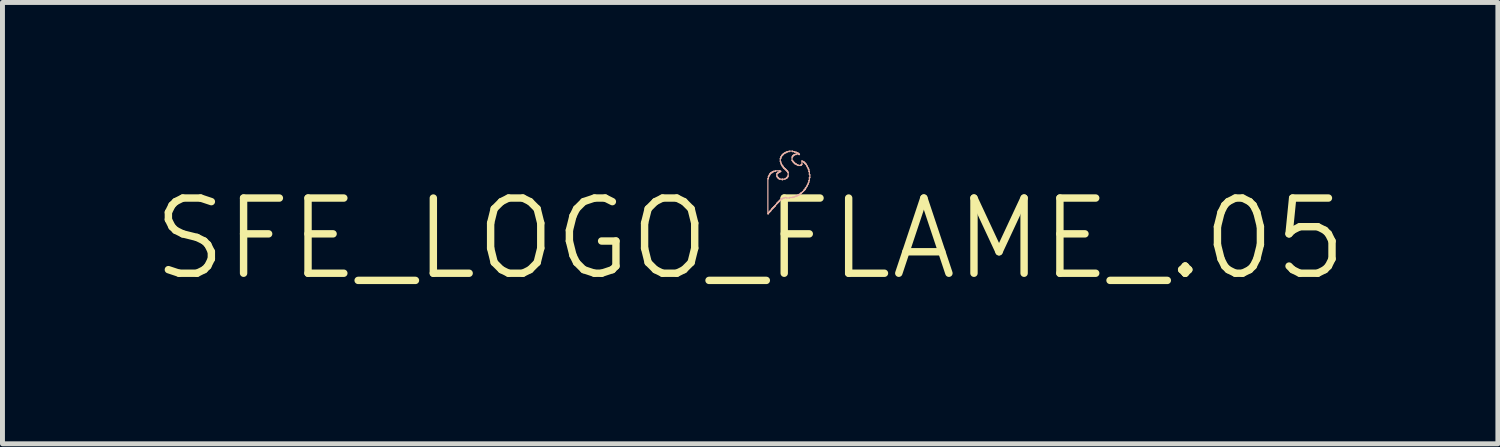
<source format=kicad_pcb>
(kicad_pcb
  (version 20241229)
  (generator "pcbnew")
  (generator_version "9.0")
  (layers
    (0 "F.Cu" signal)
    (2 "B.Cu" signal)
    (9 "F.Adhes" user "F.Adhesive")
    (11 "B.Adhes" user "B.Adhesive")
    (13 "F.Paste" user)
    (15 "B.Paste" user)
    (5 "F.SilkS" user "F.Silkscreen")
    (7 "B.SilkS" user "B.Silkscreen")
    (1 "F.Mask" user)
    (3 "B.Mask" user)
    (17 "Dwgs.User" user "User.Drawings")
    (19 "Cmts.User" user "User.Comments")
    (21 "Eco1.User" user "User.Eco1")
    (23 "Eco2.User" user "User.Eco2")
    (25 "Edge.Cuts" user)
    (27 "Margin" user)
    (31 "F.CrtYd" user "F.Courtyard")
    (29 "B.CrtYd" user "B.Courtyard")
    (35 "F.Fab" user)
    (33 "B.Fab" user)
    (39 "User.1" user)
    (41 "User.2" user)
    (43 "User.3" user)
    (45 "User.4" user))
  (footprint "SFE_LOGO_FLAME_.05"
    (layer "F.Cu")
    (at 12.156 1.791)
    (property "Reference" "SFE_LOGO_FLAME_.05" (at 0 0 0) (layer "F.SilkS") (effects (font (size 1.524 1.524) (thickness 0.15))))
    (attr exclude_from_pos_files exclude_from_bom)
    (fp_line (start 0.358 -1.219) (end 0.358 -0.508) (stroke (width 0.025) (type solid)) (layer "B.SilkS"))
    (fp_line (start 0.358 -0.508) (end 0.368 -0.508) (stroke (width 0.025) (type solid)) (layer "B.SilkS"))
    (fp_line (start 0.368 -1.26) (end 0.368 -1.219) (stroke (width 0.025) (type solid)) (layer "B.SilkS"))
    (fp_line (start 0.368 -1.219) (end 0.358 -1.219) (stroke (width 0.025) (type solid)) (layer "B.SilkS"))
    (fp_line (start 0.368 -0.518) (end 0.378 -0.528) (stroke (width 0.025) (type solid)) (layer "B.SilkS"))
    (fp_line (start 0.368 -0.508) (end 0.368 -0.518) (stroke (width 0.025) (type solid)) (layer "B.SilkS"))
    (fp_line (start 0.378 -1.278) (end 0.378 -1.26) (stroke (width 0.025) (type solid)) (layer "B.SilkS"))
    (fp_line (start 0.378 -1.26) (end 0.368 -1.26) (stroke (width 0.025) (type solid)) (layer "B.SilkS"))
    (fp_line (start 0.378 -0.538) (end 0.389 -0.538) (stroke (width 0.025) (type solid)) (layer "B.SilkS"))
    (fp_line (start 0.378 -0.528) (end 0.378 -0.538) (stroke (width 0.025) (type solid)) (layer "B.SilkS"))
    (fp_line (start 0.389 -1.298) (end 0.389 -1.288) (stroke (width 0.025) (type solid)) (layer "B.SilkS"))
    (fp_line (start 0.389 -1.288) (end 0.378 -1.278) (stroke (width 0.025) (type solid)) (layer "B.SilkS"))
    (fp_line (start 0.389 -0.549) (end 0.399 -0.549) (stroke (width 0.025) (type solid)) (layer "B.SilkS"))
    (fp_line (start 0.389 -0.538) (end 0.389 -0.549) (stroke (width 0.025) (type solid)) (layer "B.SilkS"))
    (fp_line (start 0.399 -1.318) (end 0.399 -1.298) (stroke (width 0.025) (type solid)) (layer "B.SilkS"))
    (fp_line (start 0.399 -1.298) (end 0.389 -1.298) (stroke (width 0.025) (type solid)) (layer "B.SilkS"))
    (fp_line (start 0.399 -0.559) (end 0.409 -0.559) (stroke (width 0.025) (type solid)) (layer "B.SilkS"))
    (fp_line (start 0.399 -0.549) (end 0.399 -0.559) (stroke (width 0.025) (type solid)) (layer "B.SilkS"))
    (fp_line (start 0.409 -1.328) (end 0.409 -1.318) (stroke (width 0.025) (type solid)) (layer "B.SilkS"))
    (fp_line (start 0.409 -1.318) (end 0.399 -1.318) (stroke (width 0.025) (type solid)) (layer "B.SilkS"))
    (fp_line (start 0.409 -0.569) (end 0.419 -0.569) (stroke (width 0.025) (type solid)) (layer "B.SilkS"))
    (fp_line (start 0.409 -0.559) (end 0.409 -0.569) (stroke (width 0.025) (type solid)) (layer "B.SilkS"))
    (fp_line (start 0.419 -1.339) (end 0.419 -1.328) (stroke (width 0.025) (type solid)) (layer "B.SilkS"))
    (fp_line (start 0.419 -1.328) (end 0.409 -1.328) (stroke (width 0.025) (type solid)) (layer "B.SilkS"))
    (fp_line (start 0.419 -0.579) (end 0.429 -0.589) (stroke (width 0.025) (type solid)) (layer "B.SilkS"))
    (fp_line (start 0.419 -0.569) (end 0.419 -0.579) (stroke (width 0.025) (type solid)) (layer "B.SilkS"))
    (fp_line (start 0.429 -0.589) (end 0.439 -0.599) (stroke (width 0.025) (type solid)) (layer "B.SilkS"))
    (fp_line (start 0.439 -1.349) (end 0.439 -1.339) (stroke (width 0.025) (type solid)) (layer "B.SilkS"))
    (fp_line (start 0.439 -1.339) (end 0.419 -1.339) (stroke (width 0.025) (type solid)) (layer "B.SilkS"))
    (fp_line (start 0.439 -0.61) (end 0.45 -0.61) (stroke (width 0.025) (type solid)) (layer "B.SilkS"))
    (fp_line (start 0.439 -0.599) (end 0.439 -0.61) (stroke (width 0.025) (type solid)) (layer "B.SilkS"))
    (fp_line (start 0.45 -1.359) (end 0.45 -1.349) (stroke (width 0.025) (type solid)) (layer "B.SilkS"))
    (fp_line (start 0.45 -1.349) (end 0.439 -1.349) (stroke (width 0.025) (type solid)) (layer "B.SilkS"))
    (fp_line (start 0.45 -0.62) (end 0.46 -0.62) (stroke (width 0.025) (type solid)) (layer "B.SilkS"))
    (fp_line (start 0.45 -0.61) (end 0.45 -0.62) (stroke (width 0.025) (type solid)) (layer "B.SilkS"))
    (fp_line (start 0.46 -0.63) (end 0.47 -0.63) (stroke (width 0.025) (type solid)) (layer "B.SilkS"))
    (fp_line (start 0.46 -0.62) (end 0.46 -0.63) (stroke (width 0.025) (type solid)) (layer "B.SilkS"))
    (fp_line (start 0.47 -1.369) (end 0.47 -1.359) (stroke (width 0.025) (type solid)) (layer "B.SilkS"))
    (fp_line (start 0.47 -1.359) (end 0.45 -1.359) (stroke (width 0.025) (type solid)) (layer "B.SilkS"))
    (fp_line (start 0.47 -0.638) (end 0.478 -0.638) (stroke (width 0.025) (type solid)) (layer "B.SilkS"))
    (fp_line (start 0.47 -0.63) (end 0.47 -0.638) (stroke (width 0.025) (type solid)) (layer "B.SilkS"))
    (fp_line (start 0.478 -0.648) (end 0.488 -0.648) (stroke (width 0.025) (type solid)) (layer "B.SilkS"))
    (fp_line (start 0.478 -0.638) (end 0.478 -0.648) (stroke (width 0.025) (type solid)) (layer "B.SilkS"))
    (fp_line (start 0.488 -0.658) (end 0.498 -0.658) (stroke (width 0.025) (type solid)) (layer "B.SilkS"))
    (fp_line (start 0.488 -0.648) (end 0.488 -0.658) (stroke (width 0.025) (type solid)) (layer "B.SilkS"))
    (fp_line (start 0.498 -0.668) (end 0.508 -0.668) (stroke (width 0.025) (type solid)) (layer "B.SilkS"))
    (fp_line (start 0.498 -0.658) (end 0.498 -0.668) (stroke (width 0.025) (type solid)) (layer "B.SilkS"))
    (fp_line (start 0.508 -1.379) (end 0.508 -1.369) (stroke (width 0.025) (type solid)) (layer "B.SilkS"))
    (fp_line (start 0.508 -1.369) (end 0.47 -1.369) (stroke (width 0.025) (type solid)) (layer "B.SilkS"))
    (fp_line (start 0.508 -0.678) (end 0.518 -0.688) (stroke (width 0.025) (type solid)) (layer "B.SilkS"))
    (fp_line (start 0.508 -0.668) (end 0.508 -0.678) (stroke (width 0.025) (type solid)) (layer "B.SilkS"))
    (fp_line (start 0.518 -0.688) (end 0.528 -0.699) (stroke (width 0.025) (type solid)) (layer "B.SilkS"))
    (fp_line (start 0.528 -0.699) (end 0.538 -0.709) (stroke (width 0.025) (type solid)) (layer "B.SilkS"))
    (fp_line (start 0.538 -1.318) (end 0.549 -1.318) (stroke (width 0.025) (type solid)) (layer "B.SilkS"))
    (fp_line (start 0.538 -1.27) (end 0.538 -1.318) (stroke (width 0.025) (type solid)) (layer "B.SilkS"))
    (fp_line (start 0.538 -0.719) (end 0.549 -0.719) (stroke (width 0.025) (type solid)) (layer "B.SilkS"))
    (fp_line (start 0.538 -0.709) (end 0.538 -0.719) (stroke (width 0.025) (type solid)) (layer "B.SilkS"))
    (fp_line (start 0.549 -1.328) (end 0.559 -1.328) (stroke (width 0.025) (type solid)) (layer "B.SilkS"))
    (fp_line (start 0.549 -1.318) (end 0.549 -1.328) (stroke (width 0.025) (type solid)) (layer "B.SilkS"))
    (fp_line (start 0.549 -1.27) (end 0.538 -1.27) (stroke (width 0.025) (type solid)) (layer "B.SilkS"))
    (fp_line (start 0.549 -1.25) (end 0.549 -1.27) (stroke (width 0.025) (type solid)) (layer "B.SilkS"))
    (fp_line (start 0.549 -0.729) (end 0.559 -0.729) (stroke (width 0.025) (type solid)) (layer "B.SilkS"))
    (fp_line (start 0.549 -0.719) (end 0.549 -0.729) (stroke (width 0.025) (type solid)) (layer "B.SilkS"))
    (fp_line (start 0.559 -1.339) (end 0.569 -1.339) (stroke (width 0.025) (type solid)) (layer "B.SilkS"))
    (fp_line (start 0.559 -1.328) (end 0.559 -1.339) (stroke (width 0.025) (type solid)) (layer "B.SilkS"))
    (fp_line (start 0.559 -1.25) (end 0.549 -1.25) (stroke (width 0.025) (type solid)) (layer "B.SilkS"))
    (fp_line (start 0.559 -1.24) (end 0.559 -1.25) (stroke (width 0.025) (type solid)) (layer "B.SilkS"))
    (fp_line (start 0.559 -0.739) (end 0.569 -0.739) (stroke (width 0.025) (type solid)) (layer "B.SilkS"))
    (fp_line (start 0.559 -0.729) (end 0.559 -0.739) (stroke (width 0.025) (type solid)) (layer "B.SilkS"))
    (fp_line (start 0.569 -1.349) (end 0.589 -1.349) (stroke (width 0.025) (type solid)) (layer "B.SilkS"))
    (fp_line (start 0.569 -1.339) (end 0.569 -1.349) (stroke (width 0.025) (type solid)) (layer "B.SilkS"))
    (fp_line (start 0.569 -1.24) (end 0.559 -1.24) (stroke (width 0.025) (type solid)) (layer "B.SilkS"))
    (fp_line (start 0.569 -1.229) (end 0.569 -1.24) (stroke (width 0.025) (type solid)) (layer "B.SilkS"))
    (fp_line (start 0.569 -0.749) (end 0.579 -0.749) (stroke (width 0.025) (type solid)) (layer "B.SilkS"))
    (fp_line (start 0.569 -0.739) (end 0.569 -0.749) (stroke (width 0.025) (type solid)) (layer "B.SilkS"))
    (fp_line (start 0.579 -1.229) (end 0.569 -1.229) (stroke (width 0.025) (type solid)) (layer "B.SilkS"))
    (fp_line (start 0.579 -1.219) (end 0.579 -1.229) (stroke (width 0.025) (type solid)) (layer "B.SilkS"))
    (fp_line (start 0.579 -0.759) (end 0.589 -0.759) (stroke (width 0.025) (type solid)) (layer "B.SilkS"))
    (fp_line (start 0.579 -0.749) (end 0.579 -0.759) (stroke (width 0.025) (type solid)) (layer "B.SilkS"))
    (fp_line (start 0.589 -1.359) (end 0.61 -1.359) (stroke (width 0.025) (type solid)) (layer "B.SilkS"))
    (fp_line (start 0.589 -1.349) (end 0.589 -1.359) (stroke (width 0.025) (type solid)) (layer "B.SilkS"))
    (fp_line (start 0.589 -0.77) (end 0.599 -0.77) (stroke (width 0.025) (type solid)) (layer "B.SilkS"))
    (fp_line (start 0.589 -0.759) (end 0.589 -0.77) (stroke (width 0.025) (type solid)) (layer "B.SilkS"))
    (fp_line (start 0.599 -1.379) (end 0.508 -1.379) (stroke (width 0.025) (type solid)) (layer "B.SilkS"))
    (fp_line (start 0.599 -1.369) (end 0.599 -1.379) (stroke (width 0.025) (type solid)) (layer "B.SilkS"))
    (fp_line (start 0.599 -1.219) (end 0.579 -1.219) (stroke (width 0.025) (type solid)) (layer "B.SilkS"))
    (fp_line (start 0.599 -1.209) (end 0.599 -1.219) (stroke (width 0.025) (type solid)) (layer "B.SilkS"))
    (fp_line (start 0.599 -0.78) (end 0.61 -0.78) (stroke (width 0.025) (type solid)) (layer "B.SilkS"))
    (fp_line (start 0.599 -0.77) (end 0.599 -0.78) (stroke (width 0.025) (type solid)) (layer "B.SilkS"))
    (fp_line (start 0.61 -1.628) (end 0.61 -1.57) (stroke (width 0.025) (type solid)) (layer "B.SilkS"))
    (fp_line (start 0.61 -1.57) (end 0.62 -1.56) (stroke (width 0.025) (type solid)) (layer "B.SilkS"))
    (fp_line (start 0.61 -1.369) (end 0.62 -1.369) (stroke (width 0.025) (type solid)) (layer "B.SilkS"))
    (fp_line (start 0.61 -1.359) (end 0.61 -1.369) (stroke (width 0.025) (type solid)) (layer "B.SilkS"))
    (fp_line (start 0.61 -0.79) (end 0.62 -0.79) (stroke (width 0.025) (type solid)) (layer "B.SilkS"))
    (fp_line (start 0.61 -0.78) (end 0.61 -0.79) (stroke (width 0.025) (type solid)) (layer "B.SilkS"))
    (fp_line (start 0.62 -1.659) (end 0.62 -1.628) (stroke (width 0.025) (type solid)) (layer "B.SilkS"))
    (fp_line (start 0.62 -1.628) (end 0.61 -1.628) (stroke (width 0.025) (type solid)) (layer "B.SilkS"))
    (fp_line (start 0.62 -1.56) (end 0.62 -1.539) (stroke (width 0.025) (type solid)) (layer "B.SilkS"))
    (fp_line (start 0.62 -1.539) (end 0.63 -1.529) (stroke (width 0.025) (type solid)) (layer "B.SilkS"))
    (fp_line (start 0.62 -1.369) (end 0.599 -1.369) (stroke (width 0.025) (type solid)) (layer "B.SilkS"))
    (fp_line (start 0.62 -0.798) (end 0.63 -0.798) (stroke (width 0.025) (type solid)) (layer "B.SilkS"))
    (fp_line (start 0.62 -0.79) (end 0.62 -0.798) (stroke (width 0.025) (type solid)) (layer "B.SilkS"))
    (fp_line (start 0.63 -1.669) (end 0.63 -1.659) (stroke (width 0.025) (type solid)) (layer "B.SilkS"))
    (fp_line (start 0.63 -1.659) (end 0.62 -1.659) (stroke (width 0.025) (type solid)) (layer "B.SilkS"))
    (fp_line (start 0.63 -1.529) (end 0.63 -1.509) (stroke (width 0.025) (type solid)) (layer "B.SilkS"))
    (fp_line (start 0.63 -1.509) (end 0.638 -1.509) (stroke (width 0.025) (type solid)) (layer "B.SilkS"))
    (fp_line (start 0.63 -0.808) (end 0.648 -0.808) (stroke (width 0.025) (type solid)) (layer "B.SilkS"))
    (fp_line (start 0.63 -0.798) (end 0.63 -0.808) (stroke (width 0.025) (type solid)) (layer "B.SilkS"))
    (fp_line (start 0.638 -1.689) (end 0.638 -1.679) (stroke (width 0.025) (type solid)) (layer "B.SilkS"))
    (fp_line (start 0.638 -1.679) (end 0.63 -1.669) (stroke (width 0.025) (type solid)) (layer "B.SilkS"))
    (fp_line (start 0.638 -1.509) (end 0.638 -1.499) (stroke (width 0.025) (type solid)) (layer "B.SilkS"))
    (fp_line (start 0.638 -1.499) (end 0.648 -1.488) (stroke (width 0.025) (type solid)) (layer "B.SilkS"))
    (fp_line (start 0.648 -1.699) (end 0.648 -1.689) (stroke (width 0.025) (type solid)) (layer "B.SilkS"))
    (fp_line (start 0.648 -1.689) (end 0.638 -1.689) (stroke (width 0.025) (type solid)) (layer "B.SilkS"))
    (fp_line (start 0.648 -1.488) (end 0.648 -1.478) (stroke (width 0.025) (type solid)) (layer "B.SilkS"))
    (fp_line (start 0.648 -1.478) (end 0.658 -1.478) (stroke (width 0.025) (type solid)) (layer "B.SilkS"))
    (fp_line (start 0.648 -1.209) (end 0.599 -1.209) (stroke (width 0.025) (type solid)) (layer "B.SilkS"))
    (fp_line (start 0.648 -1.199) (end 0.648 -1.209) (stroke (width 0.025) (type solid)) (layer "B.SilkS"))
    (fp_line (start 0.648 -0.818) (end 0.668 -0.818) (stroke (width 0.025) (type solid)) (layer "B.SilkS"))
    (fp_line (start 0.648 -0.808) (end 0.648 -0.818) (stroke (width 0.025) (type solid)) (layer "B.SilkS"))
    (fp_line (start 0.658 -1.709) (end 0.658 -1.699) (stroke (width 0.025) (type solid)) (layer "B.SilkS"))
    (fp_line (start 0.658 -1.699) (end 0.648 -1.699) (stroke (width 0.025) (type solid)) (layer "B.SilkS"))
    (fp_line (start 0.658 -1.478) (end 0.658 -1.468) (stroke (width 0.025) (type solid)) (layer "B.SilkS"))
    (fp_line (start 0.658 -1.468) (end 0.668 -1.468) (stroke (width 0.025) (type solid)) (layer "B.SilkS"))
    (fp_line (start 0.658 -1.209) (end 0.658 -1.199) (stroke (width 0.025) (type solid)) (layer "B.SilkS"))
    (fp_line (start 0.658 -1.199) (end 0.648 -1.199) (stroke (width 0.025) (type solid)) (layer "B.SilkS"))
    (fp_line (start 0.668 -1.72) (end 0.668 -1.709) (stroke (width 0.025) (type solid)) (layer "B.SilkS"))
    (fp_line (start 0.668 -1.709) (end 0.658 -1.709) (stroke (width 0.025) (type solid)) (layer "B.SilkS"))
    (fp_line (start 0.668 -1.468) (end 0.668 -1.448) (stroke (width 0.025) (type solid)) (layer "B.SilkS"))
    (fp_line (start 0.668 -1.448) (end 0.678 -1.448) (stroke (width 0.025) (type solid)) (layer "B.SilkS"))
    (fp_line (start 0.668 -0.828) (end 0.699 -0.828) (stroke (width 0.025) (type solid)) (layer "B.SilkS"))
    (fp_line (start 0.668 -0.818) (end 0.668 -0.828) (stroke (width 0.025) (type solid)) (layer "B.SilkS"))
    (fp_line (start 0.678 -1.73) (end 0.678 -1.72) (stroke (width 0.025) (type solid)) (layer "B.SilkS"))
    (fp_line (start 0.678 -1.72) (end 0.668 -1.72) (stroke (width 0.025) (type solid)) (layer "B.SilkS"))
    (fp_line (start 0.678 -1.448) (end 0.678 -1.438) (stroke (width 0.025) (type solid)) (layer "B.SilkS"))
    (fp_line (start 0.678 -1.438) (end 0.688 -1.438) (stroke (width 0.025) (type solid)) (layer "B.SilkS"))
    (fp_line (start 0.688 -1.73) (end 0.678 -1.73) (stroke (width 0.025) (type solid)) (layer "B.SilkS"))
    (fp_line (start 0.688 -1.438) (end 0.688 -1.427) (stroke (width 0.025) (type solid)) (layer "B.SilkS"))
    (fp_line (start 0.688 -1.427) (end 0.699 -1.427) (stroke (width 0.025) (type solid)) (layer "B.SilkS"))
    (fp_line (start 0.699 -1.74) (end 0.688 -1.73) (stroke (width 0.025) (type solid)) (layer "B.SilkS"))
    (fp_line (start 0.699 -1.427) (end 0.699 -1.42) (stroke (width 0.025) (type solid)) (layer "B.SilkS"))
    (fp_line (start 0.699 -1.42) (end 0.709 -1.42) (stroke (width 0.025) (type solid)) (layer "B.SilkS"))
    (fp_line (start 0.699 -1.209) (end 0.658 -1.209) (stroke (width 0.025) (type solid)) (layer "B.SilkS"))
    (fp_line (start 0.699 -0.828) (end 0.709 -0.838) (stroke (width 0.025) (type solid)) (layer "B.SilkS"))
    (fp_line (start 0.709 -1.748) (end 0.709 -1.74) (stroke (width 0.025) (type solid)) (layer "B.SilkS"))
    (fp_line (start 0.709 -1.74) (end 0.699 -1.74) (stroke (width 0.025) (type solid)) (layer "B.SilkS"))
    (fp_line (start 0.709 -1.42) (end 0.709 -1.41) (stroke (width 0.025) (type solid)) (layer "B.SilkS"))
    (fp_line (start 0.709 -1.41) (end 0.719 -1.41) (stroke (width 0.025) (type solid)) (layer "B.SilkS"))
    (fp_line (start 0.709 -1.219) (end 0.699 -1.209) (stroke (width 0.025) (type solid)) (layer "B.SilkS"))
    (fp_line (start 0.709 -0.838) (end 0.729 -0.838) (stroke (width 0.025) (type solid)) (layer "B.SilkS"))
    (fp_line (start 0.719 -1.41) (end 0.719 -1.4) (stroke (width 0.025) (type solid)) (layer "B.SilkS"))
    (fp_line (start 0.719 -1.4) (end 0.729 -1.4) (stroke (width 0.025) (type solid)) (layer "B.SilkS"))
    (fp_line (start 0.719 -1.219) (end 0.709 -1.219) (stroke (width 0.025) (type solid)) (layer "B.SilkS"))
    (fp_line (start 0.729 -1.758) (end 0.729 -1.748) (stroke (width 0.025) (type solid)) (layer "B.SilkS"))
    (fp_line (start 0.729 -1.748) (end 0.709 -1.748) (stroke (width 0.025) (type solid)) (layer "B.SilkS"))
    (fp_line (start 0.729 -1.4) (end 0.729 -1.389) (stroke (width 0.025) (type solid)) (layer "B.SilkS"))
    (fp_line (start 0.729 -1.389) (end 0.739 -1.389) (stroke (width 0.025) (type solid)) (layer "B.SilkS"))
    (fp_line (start 0.729 -1.229) (end 0.719 -1.219) (stroke (width 0.025) (type solid)) (layer "B.SilkS"))
    (fp_line (start 0.729 -0.838) (end 0.739 -0.828) (stroke (width 0.025) (type solid)) (layer "B.SilkS"))
    (fp_line (start 0.739 -1.389) (end 0.739 -1.379) (stroke (width 0.025) (type solid)) (layer "B.SilkS"))
    (fp_line (start 0.739 -1.379) (end 0.749 -1.379) (stroke (width 0.025) (type solid)) (layer "B.SilkS"))
    (fp_line (start 0.739 -1.24) (end 0.739 -1.229) (stroke (width 0.025) (type solid)) (layer "B.SilkS"))
    (fp_line (start 0.739 -1.229) (end 0.729 -1.229) (stroke (width 0.025) (type solid)) (layer "B.SilkS"))
    (fp_line (start 0.739 -0.828) (end 0.798 -0.828) (stroke (width 0.025) (type solid)) (layer "B.SilkS"))
    (fp_line (start 0.749 -1.768) (end 0.749 -1.758) (stroke (width 0.025) (type solid)) (layer "B.SilkS"))
    (fp_line (start 0.749 -1.758) (end 0.729 -1.758) (stroke (width 0.025) (type solid)) (layer "B.SilkS"))
    (fp_line (start 0.749 -1.379) (end 0.749 -1.369) (stroke (width 0.025) (type solid)) (layer "B.SilkS"))
    (fp_line (start 0.749 -1.369) (end 0.759 -1.369) (stroke (width 0.025) (type solid)) (layer "B.SilkS"))
    (fp_line (start 0.749 -1.25) (end 0.749 -1.24) (stroke (width 0.025) (type solid)) (layer "B.SilkS"))
    (fp_line (start 0.749 -1.24) (end 0.739 -1.24) (stroke (width 0.025) (type solid)) (layer "B.SilkS"))
    (fp_line (start 0.759 -1.369) (end 0.759 -1.349) (stroke (width 0.025) (type solid)) (layer "B.SilkS"))
    (fp_line (start 0.759 -1.349) (end 0.77 -1.349) (stroke (width 0.025) (type solid)) (layer "B.SilkS"))
    (fp_line (start 0.759 -1.27) (end 0.759 -1.25) (stroke (width 0.025) (type solid)) (layer "B.SilkS"))
    (fp_line (start 0.759 -1.25) (end 0.749 -1.25) (stroke (width 0.025) (type solid)) (layer "B.SilkS"))
    (fp_line (start 0.77 -1.349) (end 0.77 -1.27) (stroke (width 0.025) (type solid)) (layer "B.SilkS"))
    (fp_line (start 0.77 -1.27) (end 0.759 -1.27) (stroke (width 0.025) (type solid)) (layer "B.SilkS"))
    (fp_line (start 0.79 -1.778) (end 0.79 -1.768) (stroke (width 0.025) (type solid)) (layer "B.SilkS"))
    (fp_line (start 0.79 -1.768) (end 0.749 -1.768) (stroke (width 0.025) (type solid)) (layer "B.SilkS"))
    (fp_line (start 0.798 -0.838) (end 0.869 -0.838) (stroke (width 0.025) (type solid)) (layer "B.SilkS"))
    (fp_line (start 0.798 -0.828) (end 0.798 -0.838) (stroke (width 0.025) (type solid)) (layer "B.SilkS"))
    (fp_line (start 0.848 -1.659) (end 0.859 -1.659) (stroke (width 0.025) (type solid)) (layer "B.SilkS"))
    (fp_line (start 0.848 -1.587) (end 0.848 -1.659) (stroke (width 0.025) (type solid)) (layer "B.SilkS"))
    (fp_line (start 0.859 -1.778) (end 0.79 -1.778) (stroke (width 0.025) (type solid)) (layer "B.SilkS"))
    (fp_line (start 0.859 -1.768) (end 0.859 -1.778) (stroke (width 0.025) (type solid)) (layer "B.SilkS"))
    (fp_line (start 0.859 -1.679) (end 0.869 -1.679) (stroke (width 0.025) (type solid)) (layer "B.SilkS"))
    (fp_line (start 0.859 -1.659) (end 0.859 -1.679) (stroke (width 0.025) (type solid)) (layer "B.SilkS"))
    (fp_line (start 0.859 -1.587) (end 0.848 -1.587) (stroke (width 0.025) (type solid)) (layer "B.SilkS"))
    (fp_line (start 0.859 -1.58) (end 0.859 -1.587) (stroke (width 0.025) (type solid)) (layer "B.SilkS"))
    (fp_line (start 0.869 -1.689) (end 0.879 -1.689) (stroke (width 0.025) (type solid)) (layer "B.SilkS"))
    (fp_line (start 0.869 -1.679) (end 0.869 -1.689) (stroke (width 0.025) (type solid)) (layer "B.SilkS"))
    (fp_line (start 0.869 -1.57) (end 0.859 -1.58) (stroke (width 0.025) (type solid)) (layer "B.SilkS"))
    (fp_line (start 0.869 -1.56) (end 0.869 -1.57) (stroke (width 0.025) (type solid)) (layer "B.SilkS"))
    (fp_line (start 0.869 -0.848) (end 0.899 -0.848) (stroke (width 0.025) (type solid)) (layer "B.SilkS"))
    (fp_line (start 0.869 -0.838) (end 0.869 -0.848) (stroke (width 0.025) (type solid)) (layer "B.SilkS"))
    (fp_line (start 0.879 -1.699) (end 0.899 -1.699) (stroke (width 0.025) (type solid)) (layer "B.SilkS"))
    (fp_line (start 0.879 -1.689) (end 0.879 -1.699) (stroke (width 0.025) (type solid)) (layer "B.SilkS"))
    (fp_line (start 0.879 -1.56) (end 0.869 -1.56) (stroke (width 0.025) (type solid)) (layer "B.SilkS"))
    (fp_line (start 0.879 -1.549) (end 0.879 -1.56) (stroke (width 0.025) (type solid)) (layer "B.SilkS"))
    (fp_line (start 0.889 -1.549) (end 0.879 -1.549) (stroke (width 0.025) (type solid)) (layer "B.SilkS"))
    (fp_line (start 0.889 -1.539) (end 0.889 -1.549) (stroke (width 0.025) (type solid)) (layer "B.SilkS"))
    (fp_line (start 0.899 -1.768) (end 0.859 -1.768) (stroke (width 0.025) (type solid)) (layer "B.SilkS"))
    (fp_line (start 0.899 -1.758) (end 0.899 -1.768) (stroke (width 0.025) (type solid)) (layer "B.SilkS"))
    (fp_line (start 0.899 -1.709) (end 0.93 -1.709) (stroke (width 0.025) (type solid)) (layer "B.SilkS"))
    (fp_line (start 0.899 -1.699) (end 0.899 -1.709) (stroke (width 0.025) (type solid)) (layer "B.SilkS"))
    (fp_line (start 0.899 -1.539) (end 0.889 -1.539) (stroke (width 0.025) (type solid)) (layer "B.SilkS"))
    (fp_line (start 0.899 -1.529) (end 0.899 -1.539) (stroke (width 0.025) (type solid)) (layer "B.SilkS"))
    (fp_line (start 0.899 -0.848) (end 0.909 -0.859) (stroke (width 0.025) (type solid)) (layer "B.SilkS"))
    (fp_line (start 0.909 -1.529) (end 0.899 -1.529) (stroke (width 0.025) (type solid)) (layer "B.SilkS"))
    (fp_line (start 0.909 -1.519) (end 0.909 -1.529) (stroke (width 0.025) (type solid)) (layer "B.SilkS"))
    (fp_line (start 0.909 -0.859) (end 0.93 -0.859) (stroke (width 0.025) (type solid)) (layer "B.SilkS"))
    (fp_line (start 0.93 -1.758) (end 0.899 -1.758) (stroke (width 0.025) (type solid)) (layer "B.SilkS"))
    (fp_line (start 0.93 -1.748) (end 0.93 -1.758) (stroke (width 0.025) (type solid)) (layer "B.SilkS"))
    (fp_line (start 0.93 -1.72) (end 0.988 -1.72) (stroke (width 0.025) (type solid)) (layer "B.SilkS"))
    (fp_line (start 0.93 -1.709) (end 0.93 -1.72) (stroke (width 0.025) (type solid)) (layer "B.SilkS"))
    (fp_line (start 0.93 -1.519) (end 0.909 -1.519) (stroke (width 0.025) (type solid)) (layer "B.SilkS"))
    (fp_line (start 0.93 -1.509) (end 0.93 -1.519) (stroke (width 0.025) (type solid)) (layer "B.SilkS"))
    (fp_line (start 0.93 -0.869) (end 0.95 -0.869) (stroke (width 0.025) (type solid)) (layer "B.SilkS"))
    (fp_line (start 0.93 -0.859) (end 0.93 -0.869) (stroke (width 0.025) (type solid)) (layer "B.SilkS"))
    (fp_line (start 0.94 -1.509) (end 0.93 -1.509) (stroke (width 0.025) (type solid)) (layer "B.SilkS"))
    (fp_line (start 0.95 -1.748) (end 0.93 -1.748) (stroke (width 0.025) (type solid)) (layer "B.SilkS"))
    (fp_line (start 0.95 -1.74) (end 0.95 -1.748) (stroke (width 0.025) (type solid)) (layer "B.SilkS"))
    (fp_line (start 0.95 -1.499) (end 0.94 -1.509) (stroke (width 0.025) (type solid)) (layer "B.SilkS"))
    (fp_line (start 0.95 -0.869) (end 0.958 -0.879) (stroke (width 0.025) (type solid)) (layer "B.SilkS"))
    (fp_line (start 0.958 -0.879) (end 0.968 -0.879) (stroke (width 0.025) (type solid)) (layer "B.SilkS"))
    (fp_line (start 0.968 -1.74) (end 0.95 -1.74) (stroke (width 0.025) (type solid)) (layer "B.SilkS"))
    (fp_line (start 0.968 -1.73) (end 0.968 -1.74) (stroke (width 0.025) (type solid)) (layer "B.SilkS"))
    (fp_line (start 0.968 -1.499) (end 0.95 -1.499) (stroke (width 0.025) (type solid)) (layer "B.SilkS"))
    (fp_line (start 0.968 -1.488) (end 0.968 -1.499) (stroke (width 0.025) (type solid)) (layer "B.SilkS"))
    (fp_line (start 0.968 -0.889) (end 0.988 -0.889) (stroke (width 0.025) (type solid)) (layer "B.SilkS"))
    (fp_line (start 0.968 -0.879) (end 0.968 -0.889) (stroke (width 0.025) (type solid)) (layer "B.SilkS"))
    (fp_line (start 0.978 -1.73) (end 0.968 -1.73) (stroke (width 0.025) (type solid)) (layer "B.SilkS"))
    (fp_line (start 0.978 -1.72) (end 0.978 -1.73) (stroke (width 0.025) (type solid)) (layer "B.SilkS"))
    (fp_line (start 0.988 -1.72) (end 0.978 -1.72) (stroke (width 0.025) (type solid)) (layer "B.SilkS"))
    (fp_line (start 0.988 -1.72) (end 0.988 -1.709) (stroke (width 0.025) (type solid)) (layer "B.SilkS"))
    (fp_line (start 0.988 -1.709) (end 0.998 -1.709) (stroke (width 0.025) (type solid)) (layer "B.SilkS"))
    (fp_line (start 0.988 -0.899) (end 1.008 -0.899) (stroke (width 0.025) (type solid)) (layer "B.SilkS"))
    (fp_line (start 0.988 -0.889) (end 0.988 -0.899) (stroke (width 0.025) (type solid)) (layer "B.SilkS"))
    (fp_line (start 0.998 -1.709) (end 0.988 -1.72) (stroke (width 0.025) (type solid)) (layer "B.SilkS"))
    (fp_line (start 1.008 -0.909) (end 1.019 -0.909) (stroke (width 0.025) (type solid)) (layer "B.SilkS"))
    (fp_line (start 1.008 -0.899) (end 1.008 -0.909) (stroke (width 0.025) (type solid)) (layer "B.SilkS"))
    (fp_line (start 1.019 -0.919) (end 1.029 -0.919) (stroke (width 0.025) (type solid)) (layer "B.SilkS"))
    (fp_line (start 1.019 -0.909) (end 1.019 -0.919) (stroke (width 0.025) (type solid)) (layer "B.SilkS"))
    (fp_line (start 1.029 -1.499) (end 1.029 -1.488) (stroke (width 0.025) (type solid)) (layer "B.SilkS"))
    (fp_line (start 1.029 -1.488) (end 0.968 -1.488) (stroke (width 0.025) (type solid)) (layer "B.SilkS"))
    (fp_line (start 1.029 -0.93) (end 1.039 -0.93) (stroke (width 0.025) (type solid)) (layer "B.SilkS"))
    (fp_line (start 1.029 -0.919) (end 1.029 -0.93) (stroke (width 0.025) (type solid)) (layer "B.SilkS"))
    (fp_line (start 1.039 -1.509) (end 1.039 -1.499) (stroke (width 0.025) (type solid)) (layer "B.SilkS"))
    (fp_line (start 1.039 -1.499) (end 1.029 -1.499) (stroke (width 0.025) (type solid)) (layer "B.SilkS"))
    (fp_line (start 1.039 -0.93) (end 1.049 -0.94) (stroke (width 0.025) (type solid)) (layer "B.SilkS"))
    (fp_line (start 1.049 -1.58) (end 1.049 -1.509) (stroke (width 0.025) (type solid)) (layer "B.SilkS"))
    (fp_line (start 1.049 -1.509) (end 1.039 -1.509) (stroke (width 0.025) (type solid)) (layer "B.SilkS"))
    (fp_line (start 1.049 -0.94) (end 1.059 -0.95) (stroke (width 0.025) (type solid)) (layer "B.SilkS"))
    (fp_line (start 1.059 -1.57) (end 1.049 -1.58) (stroke (width 0.025) (type solid)) (layer "B.SilkS"))
    (fp_line (start 1.059 -0.95) (end 1.069 -0.958) (stroke (width 0.025) (type solid)) (layer "B.SilkS"))
    (fp_line (start 1.069 -1.57) (end 1.059 -1.57) (stroke (width 0.025) (type solid)) (layer "B.SilkS"))
    (fp_line (start 1.069 -0.958) (end 1.079 -0.968) (stroke (width 0.025) (type solid)) (layer "B.SilkS"))
    (fp_line (start 1.079 -1.56) (end 1.069 -1.57) (stroke (width 0.025) (type solid)) (layer "B.SilkS"))
    (fp_line (start 1.079 -0.968) (end 1.09 -0.978) (stroke (width 0.025) (type solid)) (layer "B.SilkS"))
    (fp_line (start 1.09 -1.56) (end 1.079 -1.56) (stroke (width 0.025) (type solid)) (layer "B.SilkS"))
    (fp_line (start 1.09 -1.549) (end 1.09 -1.56) (stroke (width 0.025) (type solid)) (layer "B.SilkS"))
    (fp_line (start 1.09 -0.988) (end 1.1 -0.988) (stroke (width 0.025) (type solid)) (layer "B.SilkS"))
    (fp_line (start 1.09 -0.978) (end 1.09 -0.988) (stroke (width 0.025) (type solid)) (layer "B.SilkS"))
    (fp_line (start 1.1 -1.549) (end 1.09 -1.549) (stroke (width 0.025) (type solid)) (layer "B.SilkS"))
    (fp_line (start 1.1 -1.539) (end 1.1 -1.549) (stroke (width 0.025) (type solid)) (layer "B.SilkS"))
    (fp_line (start 1.1 -0.998) (end 1.11 -0.998) (stroke (width 0.025) (type solid)) (layer "B.SilkS"))
    (fp_line (start 1.1 -0.988) (end 1.1 -0.998) (stroke (width 0.025) (type solid)) (layer "B.SilkS"))
    (fp_line (start 1.11 -1.539) (end 1.1 -1.539) (stroke (width 0.025) (type solid)) (layer "B.SilkS"))
    (fp_line (start 1.11 -1.529) (end 1.11 -1.539) (stroke (width 0.025) (type solid)) (layer "B.SilkS"))
    (fp_line (start 1.11 -1.008) (end 1.118 -1.008) (stroke (width 0.025) (type solid)) (layer "B.SilkS"))
    (fp_line (start 1.11 -0.998) (end 1.11 -1.008) (stroke (width 0.025) (type solid)) (layer "B.SilkS"))
    (fp_line (start 1.118 -1.529) (end 1.11 -1.529) (stroke (width 0.025) (type solid)) (layer "B.SilkS"))
    (fp_line (start 1.118 -1.519) (end 1.118 -1.529) (stroke (width 0.025) (type solid)) (layer "B.SilkS"))
    (fp_line (start 1.118 -1.029) (end 1.128 -1.029) (stroke (width 0.025) (type solid)) (layer "B.SilkS"))
    (fp_line (start 1.118 -1.008) (end 1.118 -1.029) (stroke (width 0.025) (type solid)) (layer "B.SilkS"))
    (fp_line (start 1.128 -1.519) (end 1.118 -1.519) (stroke (width 0.025) (type solid)) (layer "B.SilkS"))
    (fp_line (start 1.128 -1.509) (end 1.128 -1.519) (stroke (width 0.025) (type solid)) (layer "B.SilkS"))
    (fp_line (start 1.128 -1.039) (end 1.138 -1.049) (stroke (width 0.025) (type solid)) (layer "B.SilkS"))
    (fp_line (start 1.128 -1.029) (end 1.128 -1.039) (stroke (width 0.025) (type solid)) (layer "B.SilkS"))
    (fp_line (start 1.138 -1.509) (end 1.128 -1.509) (stroke (width 0.025) (type solid)) (layer "B.SilkS"))
    (fp_line (start 1.138 -1.499) (end 1.138 -1.509) (stroke (width 0.025) (type solid)) (layer "B.SilkS"))
    (fp_line (start 1.138 -1.049) (end 1.148 -1.059) (stroke (width 0.025) (type solid)) (layer "B.SilkS"))
    (fp_line (start 1.148 -1.488) (end 1.138 -1.499) (stroke (width 0.025) (type solid)) (layer "B.SilkS"))
    (fp_line (start 1.148 -1.478) (end 1.148 -1.488) (stroke (width 0.025) (type solid)) (layer "B.SilkS"))
    (fp_line (start 1.148 -1.069) (end 1.158 -1.079) (stroke (width 0.025) (type solid)) (layer "B.SilkS"))
    (fp_line (start 1.148 -1.059) (end 1.148 -1.069) (stroke (width 0.025) (type solid)) (layer "B.SilkS"))
    (fp_line (start 1.158 -1.468) (end 1.148 -1.478) (stroke (width 0.025) (type solid)) (layer "B.SilkS"))
    (fp_line (start 1.158 -1.458) (end 1.158 -1.468) (stroke (width 0.025) (type solid)) (layer "B.SilkS"))
    (fp_line (start 1.158 -1.09) (end 1.168 -1.1) (stroke (width 0.025) (type solid)) (layer "B.SilkS"))
    (fp_line (start 1.158 -1.079) (end 1.158 -1.09) (stroke (width 0.025) (type solid)) (layer "B.SilkS"))
    (fp_line (start 1.168 -1.448) (end 1.158 -1.458) (stroke (width 0.025) (type solid)) (layer "B.SilkS"))
    (fp_line (start 1.168 -1.438) (end 1.168 -1.448) (stroke (width 0.025) (type solid)) (layer "B.SilkS"))
    (fp_line (start 1.168 -1.11) (end 1.179 -1.118) (stroke (width 0.025) (type solid)) (layer "B.SilkS"))
    (fp_line (start 1.168 -1.1) (end 1.168 -1.11) (stroke (width 0.025) (type solid)) (layer "B.SilkS"))
    (fp_line (start 1.179 -1.427) (end 1.168 -1.438) (stroke (width 0.025) (type solid)) (layer "B.SilkS"))
    (fp_line (start 1.179 -1.41) (end 1.179 -1.427) (stroke (width 0.025) (type solid)) (layer "B.SilkS"))
    (fp_line (start 1.179 -1.138) (end 1.189 -1.148) (stroke (width 0.025) (type solid)) (layer "B.SilkS"))
    (fp_line (start 1.179 -1.118) (end 1.179 -1.138) (stroke (width 0.025) (type solid)) (layer "B.SilkS"))
    (fp_line (start 1.189 -1.41) (end 1.179 -1.41) (stroke (width 0.025) (type solid)) (layer "B.SilkS"))
    (fp_line (start 1.189 -1.369) (end 1.189 -1.41) (stroke (width 0.025) (type solid)) (layer "B.SilkS"))
    (fp_line (start 1.189 -1.179) (end 1.199 -1.179) (stroke (width 0.025) (type solid)) (layer "B.SilkS"))
    (fp_line (start 1.189 -1.148) (end 1.189 -1.179) (stroke (width 0.025) (type solid)) (layer "B.SilkS"))
    (fp_line (start 1.199 -1.369) (end 1.189 -1.369) (stroke (width 0.025) (type solid)) (layer "B.SilkS"))
    (fp_line (start 1.199 -1.308) (end 1.199 -1.369) (stroke (width 0.025) (type solid)) (layer "B.SilkS"))
    (fp_line (start 1.199 -1.24) (end 1.209 -1.24) (stroke (width 0.025) (type solid)) (layer "B.SilkS"))
    (fp_line (start 1.199 -1.179) (end 1.199 -1.24) (stroke (width 0.025) (type solid)) (layer "B.SilkS"))
    (fp_line (start 1.209 -1.298) (end 1.199 -1.308) (stroke (width 0.025) (type solid)) (layer "B.SilkS"))
    (fp_line (start 1.209 -1.24) (end 1.209 -1.298) (stroke (width 0.025) (type solid)) (layer "B.SilkS")))
  (gr_rect
    (start -3 -3)
    (end 27.311 5.945)
    (stroke (width 0.1) (type default))
    (fill no)
    (layer "Edge.Cuts")))
</source>
